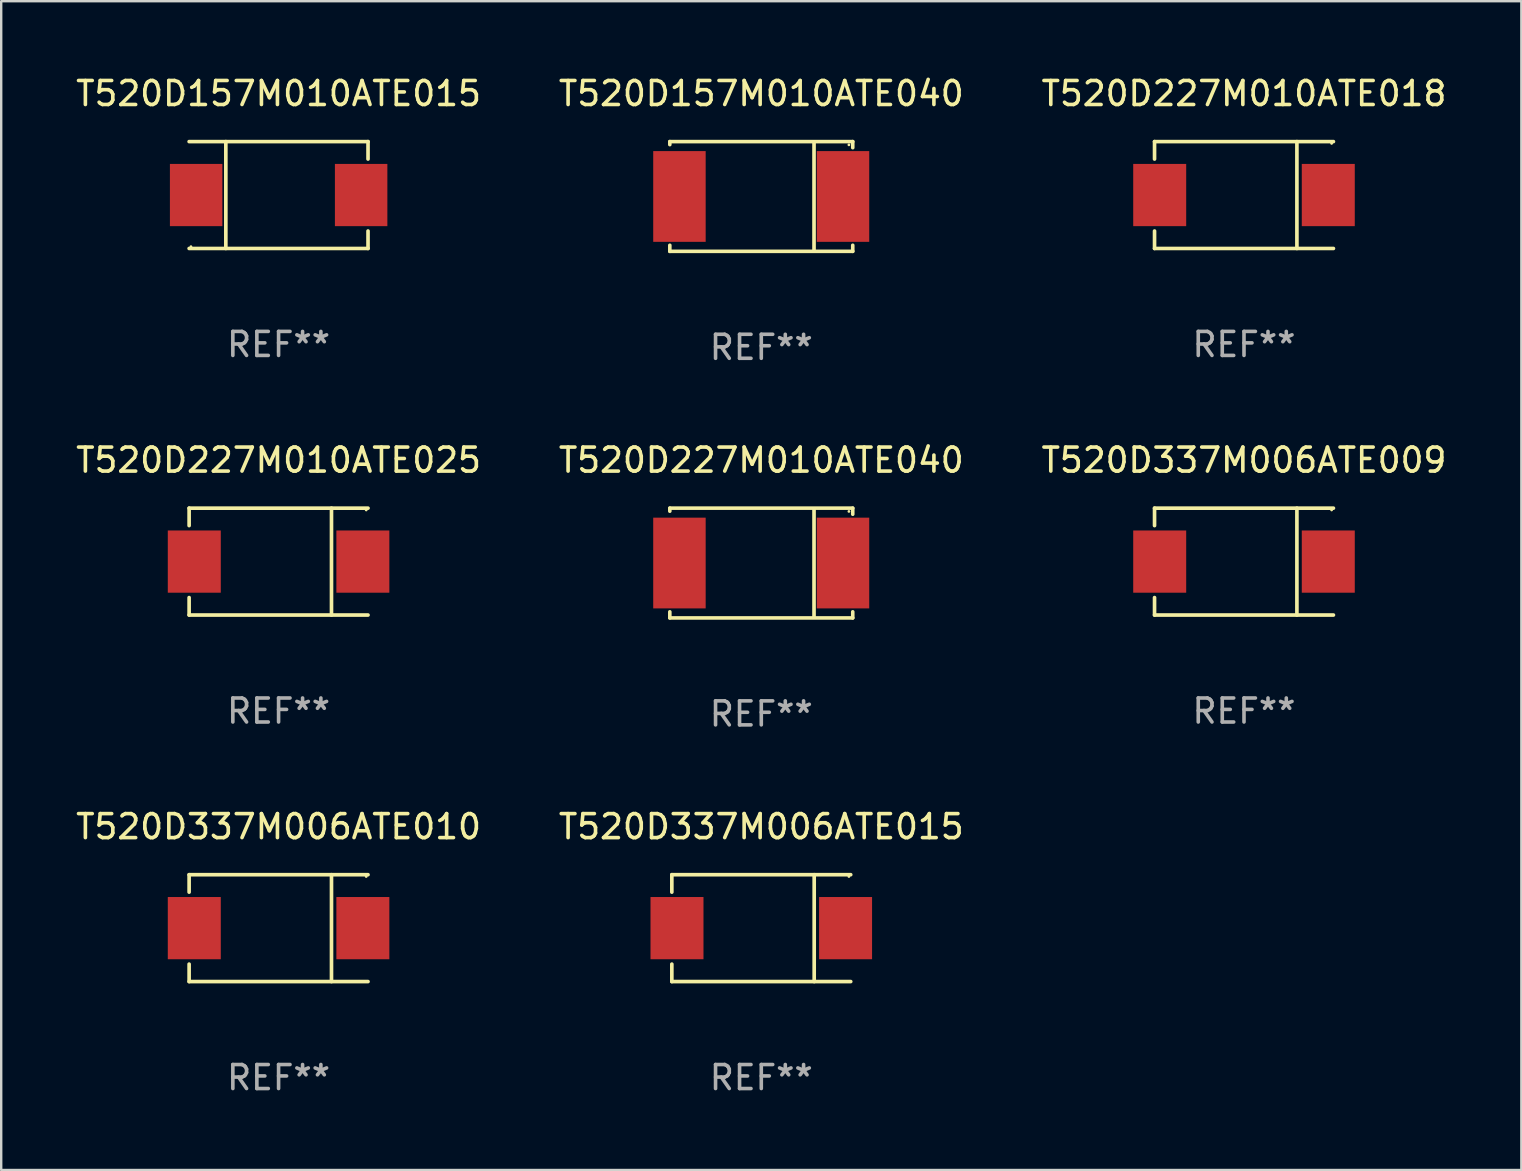
<source format=kicad_pcb>
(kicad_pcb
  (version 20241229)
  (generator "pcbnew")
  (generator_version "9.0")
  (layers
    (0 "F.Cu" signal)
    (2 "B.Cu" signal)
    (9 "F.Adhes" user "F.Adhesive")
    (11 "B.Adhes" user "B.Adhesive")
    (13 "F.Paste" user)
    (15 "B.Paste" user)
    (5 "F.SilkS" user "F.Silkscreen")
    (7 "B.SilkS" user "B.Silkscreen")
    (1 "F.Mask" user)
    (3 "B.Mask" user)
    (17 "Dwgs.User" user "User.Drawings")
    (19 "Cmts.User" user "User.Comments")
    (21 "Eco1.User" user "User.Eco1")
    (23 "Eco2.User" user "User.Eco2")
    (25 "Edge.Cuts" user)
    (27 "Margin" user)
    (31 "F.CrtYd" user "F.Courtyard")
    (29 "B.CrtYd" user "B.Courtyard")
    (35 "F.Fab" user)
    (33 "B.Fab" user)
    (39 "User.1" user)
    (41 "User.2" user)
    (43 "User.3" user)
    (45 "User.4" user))
  (footprint "T520D337M006ATE015"
    (layer "F.Cu")
    (at 28.661 35.611)
    (property "Reference" "T520D337M006ATE015" (at 0 -4.226 0) (layer "F.SilkS") (effects (font (size 1 1) (thickness 0.15))))
    (attr through_hole)
    (fp_line (start -3.726 -2.226) (end -3.726 -1.499) (stroke (width 0.152) (type solid)) (layer "F.SilkS"))
    (fp_line (start -3.726 -2.226) (end 3.726 -2.226) (stroke (width 0.152) (type solid)) (layer "F.SilkS"))
    (fp_line (start -3.726 2.226) (end -3.726 1.499) (stroke (width 0.152) (type solid)) (layer "F.SilkS"))
    (fp_line (start -3.726 2.226) (end 3.726 2.226) (stroke (width 0.152) (type solid)) (layer "F.SilkS"))
    (fp_line (start 2.204 -2.226) (end 2.204 2.226) (stroke (width 0.152) (type solid)) (layer "F.SilkS"))
    (fp_circle (center 3.65 -2.15) (end 3.68 -2.15) (stroke (width 0.06) (type solid)) (fill no) (layer "F.SilkS"))
    (fp_text user "REF**" (at 0 6.226 0) (layer "F.Fab") (effects (font (size 1 1) (thickness 0.15))))
    (pad "1" smd rect (at 3.511 0) (size 2.207 2.592) (layers "F.Cu" "F.Mask" "F.Paste"))
    (pad "2" smd rect (at -3.511 0) (size 2.207 2.592) (layers "F.Cu" "F.Mask" "F.Paste")))
  (footprint "T520D227M010ATE025"
    (layer "F.Cu")
    (at 8.554 20.343)
    (property "Reference" "T520D227M010ATE025" (at 0 -4.226 0) (layer "F.SilkS") (effects (font (size 1 1) (thickness 0.15))))
    (attr through_hole)
    (fp_line (start -3.726 -2.226) (end -3.726 -1.499) (stroke (width 0.152) (type solid)) (layer "F.SilkS"))
    (fp_line (start -3.726 -2.226) (end 3.726 -2.226) (stroke (width 0.152) (type solid)) (layer "F.SilkS"))
    (fp_line (start -3.726 2.226) (end -3.726 1.499) (stroke (width 0.152) (type solid)) (layer "F.SilkS"))
    (fp_line (start -3.726 2.226) (end 3.726 2.226) (stroke (width 0.152) (type solid)) (layer "F.SilkS"))
    (fp_line (start 2.204 -2.226) (end 2.204 2.226) (stroke (width 0.152) (type solid)) (layer "F.SilkS"))
    (fp_circle (center 3.65 -2.15) (end 3.68 -2.15) (stroke (width 0.06) (type solid)) (fill no) (layer "F.SilkS"))
    (fp_text user "REF**" (at 0 6.226 0) (layer "F.Fab") (effects (font (size 1 1) (thickness 0.15))))
    (pad "1" smd rect (at 3.511 0) (size 2.207 2.592) (layers "F.Cu" "F.Mask" "F.Paste"))
    (pad "2" smd rect (at -3.511 0) (size 2.207 2.592) (layers "F.Cu" "F.Mask" "F.Paste")))
  (footprint "T520D337M006ATE009"
    (layer "F.Cu")
    (at 48.768 20.343)
    (property "Reference" "T520D337M006ATE009" (at 0 -4.226 0) (layer "F.SilkS") (effects (font (size 1 1) (thickness 0.15))))
    (attr through_hole)
    (fp_line (start -3.726 -2.226) (end -3.726 -1.499) (stroke (width 0.152) (type solid)) (layer "F.SilkS"))
    (fp_line (start -3.726 -2.226) (end 3.726 -2.226) (stroke (width 0.152) (type solid)) (layer "F.SilkS"))
    (fp_line (start -3.726 2.226) (end -3.726 1.499) (stroke (width 0.152) (type solid)) (layer "F.SilkS"))
    (fp_line (start -3.726 2.226) (end 3.726 2.226) (stroke (width 0.152) (type solid)) (layer "F.SilkS"))
    (fp_line (start 2.204 -2.226) (end 2.204 2.226) (stroke (width 0.152) (type solid)) (layer "F.SilkS"))
    (fp_circle (center 3.65 -2.15) (end 3.68 -2.15) (stroke (width 0.06) (type solid)) (fill no) (layer "F.SilkS"))
    (fp_text user "REF**" (at 0 6.226 0) (layer "F.Fab") (effects (font (size 1 1) (thickness 0.15))))
    (pad "1" smd rect (at 3.511 0) (size 2.207 2.592) (layers "F.Cu" "F.Mask" "F.Paste"))
    (pad "2" smd rect (at -3.511 0) (size 2.207 2.592) (layers "F.Cu" "F.Mask" "F.Paste")))
  (footprint "T520D337M006ATE010"
    (layer "F.Cu")
    (at 8.554 35.611)
    (property "Reference" "T520D337M006ATE010" (at 0 -4.226 0) (layer "F.SilkS") (effects (font (size 1 1) (thickness 0.15))))
    (attr through_hole)
    (fp_line (start -3.726 -2.226) (end -3.726 -1.499) (stroke (width 0.152) (type solid)) (layer "F.SilkS"))
    (fp_line (start -3.726 -2.226) (end 3.726 -2.226) (stroke (width 0.152) (type solid)) (layer "F.SilkS"))
    (fp_line (start -3.726 2.226) (end -3.726 1.499) (stroke (width 0.152) (type solid)) (layer "F.SilkS"))
    (fp_line (start -3.726 2.226) (end 3.726 2.226) (stroke (width 0.152) (type solid)) (layer "F.SilkS"))
    (fp_line (start 2.204 -2.226) (end 2.204 2.226) (stroke (width 0.152) (type solid)) (layer "F.SilkS"))
    (fp_circle (center 3.65 -2.15) (end 3.68 -2.15) (stroke (width 0.06) (type solid)) (fill no) (layer "F.SilkS"))
    (fp_text user "REF**" (at 0 6.226 0) (layer "F.Fab") (effects (font (size 1 1) (thickness 0.15))))
    (pad "1" smd rect (at 3.511 0) (size 2.207 2.592) (layers "F.Cu" "F.Mask" "F.Paste"))
    (pad "2" smd rect (at -3.511 0) (size 2.207 2.592) (layers "F.Cu" "F.Mask" "F.Paste")))
  (footprint "T520D157M010ATE040"
    (layer "F.Cu")
    (at 28.661 5.134)
    (property "Reference" "T520D157M010ATE040" (at 0 -4.286 0) (layer "F.SilkS") (effects (font (size 1 1) (thickness 0.15))))
    (attr through_hole)
    (fp_line (start -3.81 -2.286) (end -3.81 -2.159) (stroke (width 0.15) (type solid)) (layer "F.SilkS"))
    (fp_line (start -3.81 2.032) (end -3.81 2.286) (stroke (width 0.15) (type solid)) (layer "F.SilkS"))
    (fp_line (start -3.81 2.286) (end 3.81 2.286) (stroke (width 0.15) (type solid)) (layer "F.SilkS"))
    (fp_line (start 2.197 -2.226) (end 2.197 2.226) (stroke (width 0.152) (type solid)) (layer "F.SilkS"))
    (fp_line (start 3.81 -2.286) (end -3.81 -2.286) (stroke (width 0.15) (type solid)) (layer "F.SilkS"))
    (fp_line (start 3.81 -2.032) (end 3.81 -2.286) (stroke (width 0.15) (type solid)) (layer "F.SilkS"))
    (fp_line (start 3.81 2.286) (end 3.81 2.032) (stroke (width 0.15) (type solid)) (layer "F.SilkS"))
    (fp_circle (center 3.65 -2.15) (end 3.68 -2.15) (stroke (width 0.06) (type solid)) (fill no) (layer "F.SilkS"))
    (fp_text user "REF**" (at 0 6.286 0) (layer "F.Fab") (effects (font (size 1 1) (thickness 0.15))))
    (pad "1" smd rect (at 3.404 0 180) (size 2.185 3.78) (layers "F.Cu" "F.Mask" "F.Paste"))
    (pad "2" smd rect (at -3.409 0 180) (size 2.185 3.78) (layers "F.Cu" "F.Mask" "F.Paste")))
  (footprint "T520D227M010ATE040"
    (layer "F.Cu")
    (at 28.661 20.403)
    (property "Reference" "T520D227M010ATE040" (at 0 -4.286 0) (layer "F.SilkS") (effects (font (size 1 1) (thickness 0.15))))
    (attr through_hole)
    (fp_line (start -3.81 -2.286) (end -3.81 -2.159) (stroke (width 0.15) (type solid)) (layer "F.SilkS"))
    (fp_line (start -3.81 2.032) (end -3.81 2.286) (stroke (width 0.15) (type solid)) (layer "F.SilkS"))
    (fp_line (start -3.81 2.286) (end 3.81 2.286) (stroke (width 0.15) (type solid)) (layer "F.SilkS"))
    (fp_line (start 2.197 -2.226) (end 2.197 2.226) (stroke (width 0.152) (type solid)) (layer "F.SilkS"))
    (fp_line (start 3.81 -2.286) (end -3.81 -2.286) (stroke (width 0.15) (type solid)) (layer "F.SilkS"))
    (fp_line (start 3.81 -2.032) (end 3.81 -2.286) (stroke (width 0.15) (type solid)) (layer "F.SilkS"))
    (fp_line (start 3.81 2.286) (end 3.81 2.032) (stroke (width 0.15) (type solid)) (layer "F.SilkS"))
    (fp_circle (center 3.65 -2.15) (end 3.68 -2.15) (stroke (width 0.06) (type solid)) (fill no) (layer "F.SilkS"))
    (fp_text user "REF**" (at 0 6.286 0) (layer "F.Fab") (effects (font (size 1 1) (thickness 0.15))))
    (pad "1" smd rect (at 3.404 0 180) (size 2.185 3.78) (layers "F.Cu" "F.Mask" "F.Paste"))
    (pad "2" smd rect (at -3.409 0 180) (size 2.185 3.78) (layers "F.Cu" "F.Mask" "F.Paste")))
  (footprint "T520D157M010ATE015"
    (layer "F.Cu")
    (at 8.554 5.074)
    (property "Reference" "T520D157M010ATE015" (at 0 -4.226 0) (layer "F.SilkS") (effects (font (size 1 1) (thickness 0.15))))
    (attr through_hole)
    (fp_line (start -3.726 -2.226) (end 3.726 -2.226) (stroke (width 0.152) (type solid)) (layer "F.SilkS"))
    (fp_line (start -3.726 2.226) (end 3.726 2.226) (stroke (width 0.152) (type solid)) (layer "F.SilkS"))
    (fp_line (start -2.197 -2.226) (end -2.197 2.226) (stroke (width 0.152) (type solid)) (layer "F.SilkS"))
    (fp_line (start 3.726 -2.226) (end 3.726 -1.499) (stroke (width 0.152) (type solid)) (layer "F.SilkS"))
    (fp_line (start 3.726 2.226) (end 3.726 1.499) (stroke (width 0.152) (type solid)) (layer "F.SilkS"))
    (fp_circle (center -3.65 2.15) (end -3.62 2.15) (stroke (width 0.06) (type solid)) (fill no) (layer "F.SilkS"))
    (fp_text user "REF**" (at 0 6.226 0) (layer "F.Fab") (effects (font (size 1 1) (thickness 0.15))))
    (pad "1" smd rect (at -3.434 0 180) (size 2.185 2.592) (layers "F.Cu" "F.Mask" "F.Paste"))
    (pad "2" smd rect (at 3.439 0 180) (size 2.185 2.592) (layers "F.Cu" "F.Mask" "F.Paste")))
  (footprint "T520D227M010ATE018"
    (layer "F.Cu")
    (at 48.768 5.074)
    (property "Reference" "T520D227M010ATE018" (at 0 -4.226 0) (layer "F.SilkS") (effects (font (size 1 1) (thickness 0.15))))
    (attr through_hole)
    (fp_line (start -3.726 -2.226) (end -3.726 -1.499) (stroke (width 0.152) (type solid)) (layer "F.SilkS"))
    (fp_line (start -3.726 -2.226) (end 3.726 -2.226) (stroke (width 0.152) (type solid)) (layer "F.SilkS"))
    (fp_line (start -3.726 2.226) (end -3.726 1.499) (stroke (width 0.152) (type solid)) (layer "F.SilkS"))
    (fp_line (start -3.726 2.226) (end 3.726 2.226) (stroke (width 0.152) (type solid)) (layer "F.SilkS"))
    (fp_line (start 2.204 -2.226) (end 2.204 2.226) (stroke (width 0.152) (type solid)) (layer "F.SilkS"))
    (fp_circle (center 3.65 -2.15) (end 3.68 -2.15) (stroke (width 0.06) (type solid)) (fill no) (layer "F.SilkS"))
    (fp_text user "REF**" (at 0 6.226 0) (layer "F.Fab") (effects (font (size 1 1) (thickness 0.15))))
    (pad "1" smd rect (at 3.511 0) (size 2.207 2.592) (layers "F.Cu" "F.Mask" "F.Paste"))
    (pad "2" smd rect (at -3.511 0) (size 2.207 2.592) (layers "F.Cu" "F.Mask" "F.Paste")))
  (gr_rect
    (start -3 -3)
    (end 60.321 45.686)
    (stroke (width 0.1) (type default))
    (fill no)
    (layer "Edge.Cuts")))
</source>
